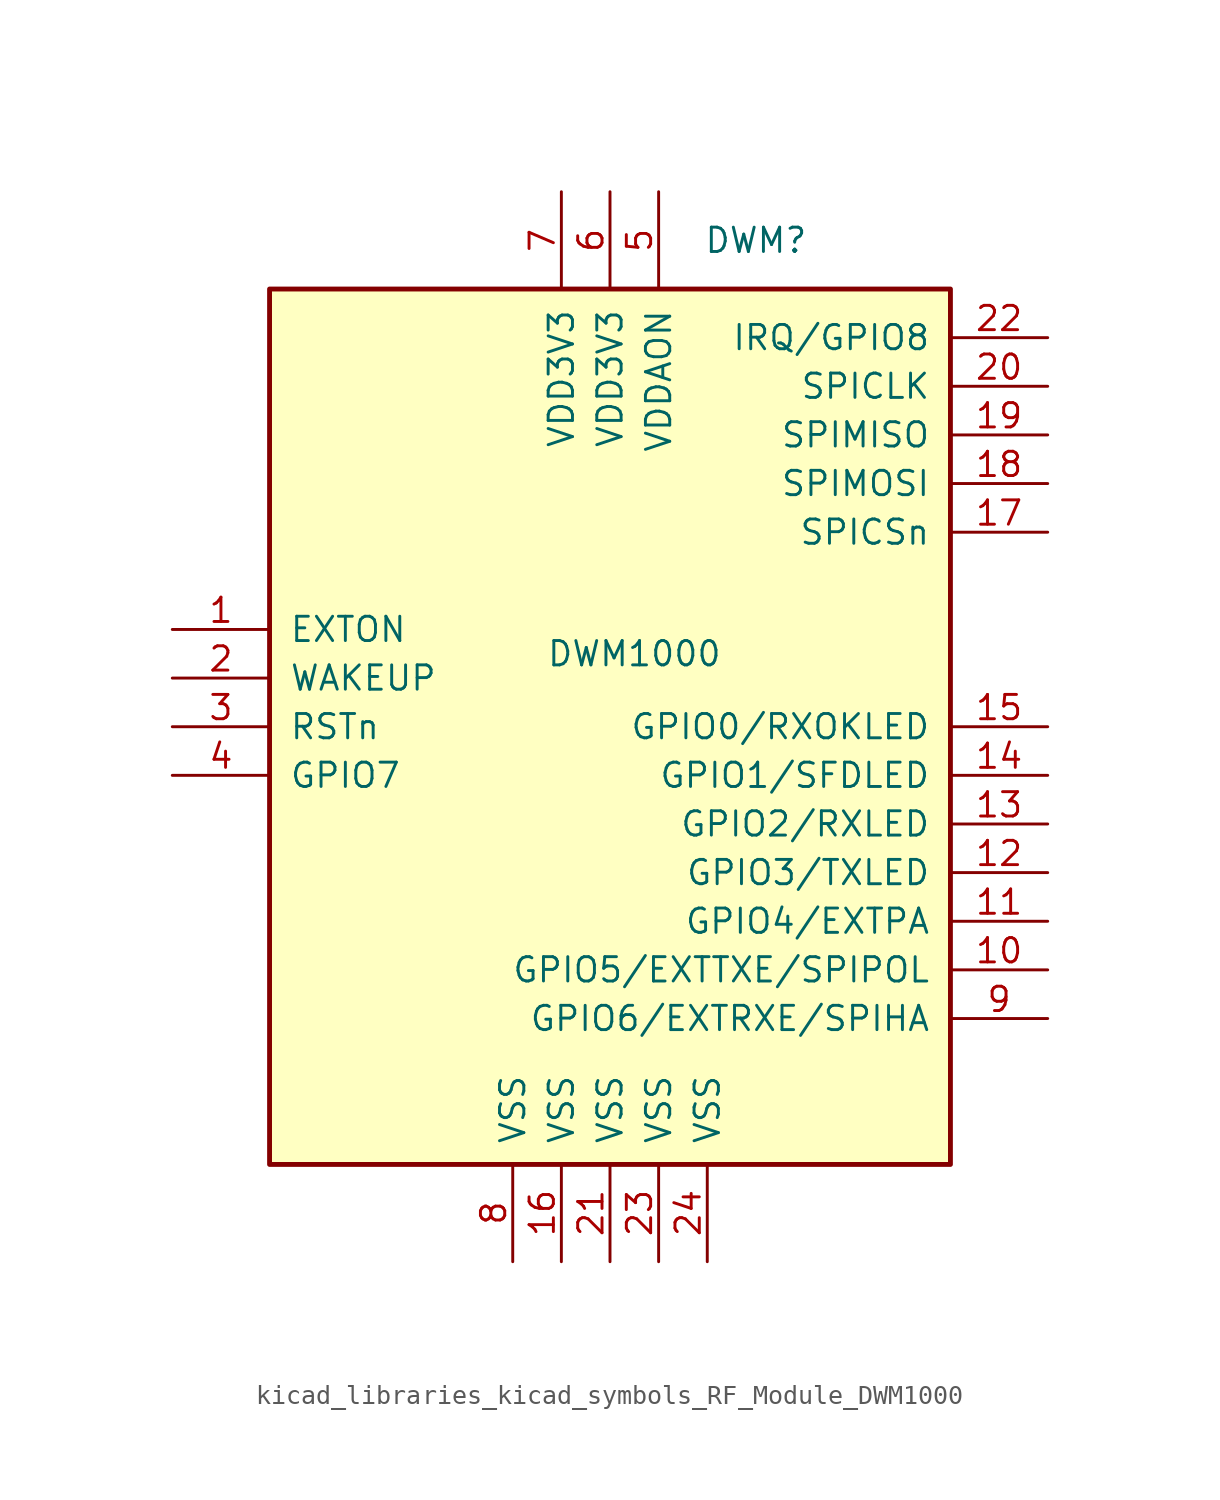
<source format=kicad_sym>
(kicad_symbol_lib
  (version 20220914)
  (generator kicad_symbol_editor)
  (symbol "kicad_libraries_kicad_symbols_RF_Module_DWM1000"
    (pin_names
      (offset 1.016))
    (property "Reference" "DWM"
      (at 7.62 25.4 0)
      (effects (font (size 1.27 1.27))))
    (property "Value" "DWM1000"
      (at 1.27 3.81 0)
      (effects (font (size 1.27 1.27))))
    (symbol "kicad_libraries_kicad_symbols_RF_Module_DWM1000_0_1"
      (rectangle (start 17.78 22.86) (end -17.78 -22.86) (stroke (width 0.254) (type default)) (fill (type background))))
    (symbol "kicad_libraries_kicad_symbols_RF_Module_DWM1000_1_1"
      (pin output line (at -22.86 5.08 0) (length 5.08) (name "EXTON" (effects (font (size 1.27 1.27)))) (number "1" (effects (font (size 1.27 1.27)))))
      (pin bidirectional line (at 22.86 -12.7 180) (length 5.08) (name "GPIO5/EXTTXE/SPIPOL" (effects (font (size 1.27 1.27)))) (number "10" (effects (font (size 1.27 1.27)))))
      (pin bidirectional line (at 22.86 -10.16 180) (length 5.08) (name "GPIO4/EXTPA" (effects (font (size 1.27 1.27)))) (number "11" (effects (font (size 1.27 1.27)))))
      (pin bidirectional line (at 22.86 -7.62 180) (length 5.08) (name "GPIO3/TXLED" (effects (font (size 1.27 1.27)))) (number "12" (effects (font (size 1.27 1.27)))))
      (pin bidirectional line (at 22.86 -5.08 180) (length 5.08) (name "GPIO2/RXLED" (effects (font (size 1.27 1.27)))) (number "13" (effects (font (size 1.27 1.27)))))
      (pin bidirectional line (at 22.86 -2.54 180) (length 5.08) (name "GPIO1/SFDLED" (effects (font (size 1.27 1.27)))) (number "14" (effects (font (size 1.27 1.27)))))
      (pin bidirectional line (at 22.86 0 180) (length 5.08) (name "GPIO0/RXOKLED" (effects (font (size 1.27 1.27)))) (number "15" (effects (font (size 1.27 1.27)))))
      (pin power_in line (at -2.54 -27.94 90) (length 5.08) (name "VSS" (effects (font (size 1.27 1.27)))) (number "16" (effects (font (size 1.27 1.27)))))
      (pin input line (at 22.86 10.16 180) (length 5.08) (name "SPICSn" (effects (font (size 1.27 1.27)))) (number "17" (effects (font (size 1.27 1.27)))))
      (pin input line (at 22.86 12.7 180) (length 5.08) (name "SPIMOSI" (effects (font (size 1.27 1.27)))) (number "18" (effects (font (size 1.27 1.27)))))
      (pin output line (at 22.86 15.24 180) (length 5.08) (name "SPIMISO" (effects (font (size 1.27 1.27)))) (number "19" (effects (font (size 1.27 1.27)))))
      (pin bidirectional line (at -22.86 2.54 0) (length 5.08) (name "WAKEUP" (effects (font (size 1.27 1.27)))) (number "2" (effects (font (size 1.27 1.27)))))
      (pin input line (at 22.86 17.78 180) (length 5.08) (name "SPICLK" (effects (font (size 1.27 1.27)))) (number "20" (effects (font (size 1.27 1.27)))))
      (pin power_in line (at 0 -27.94 90) (length 5.08) (name "VSS" (effects (font (size 1.27 1.27)))) (number "21" (effects (font (size 1.27 1.27)))))
      (pin bidirectional line (at 22.86 20.32 180) (length 5.08) (name "IRQ/GPIO8" (effects (font (size 1.27 1.27)))) (number "22" (effects (font (size 1.27 1.27)))))
      (pin power_in line (at 2.54 -27.94 90) (length 5.08) (name "VSS" (effects (font (size 1.27 1.27)))) (number "23" (effects (font (size 1.27 1.27)))))
      (pin power_in line (at 5.08 -27.94 90) (length 5.08) (name "VSS" (effects (font (size 1.27 1.27)))) (number "24" (effects (font (size 1.27 1.27)))))
      (pin bidirectional line (at -22.86 0 0) (length 5.08) (name "RSTn" (effects (font (size 1.27 1.27)))) (number "3" (effects (font (size 1.27 1.27)))))
      (pin bidirectional line (at -22.86 -2.54 0) (length 5.08) (name "GPIO7" (effects (font (size 1.27 1.27)))) (number "4" (effects (font (size 1.27 1.27)))))
      (pin power_in line (at 2.54 27.94 270) (length 5.08) (name "VDDAON" (effects (font (size 1.27 1.27)))) (number "5" (effects (font (size 1.27 1.27)))))
      (pin power_in line (at 0 27.94 270) (length 5.08) (name "VDD3V3" (effects (font (size 1.27 1.27)))) (number "6" (effects (font (size 1.27 1.27)))))
      (pin power_in line (at -2.54 27.94 270) (length 5.08) (name "VDD3V3" (effects (font (size 1.27 1.27)))) (number "7" (effects (font (size 1.27 1.27)))))
      (pin power_in line (at -5.08 -27.94 90) (length 5.08) (name "VSS" (effects (font (size 1.27 1.27)))) (number "8" (effects (font (size 1.27 1.27)))))
      (pin bidirectional line (at 22.86 -15.24 180) (length 5.08) (name "GPIO6/EXTRXE/SPIHA" (effects (font (size 1.27 1.27)))) (number "9" (effects (font (size 1.27 1.27))))))))
</source>
